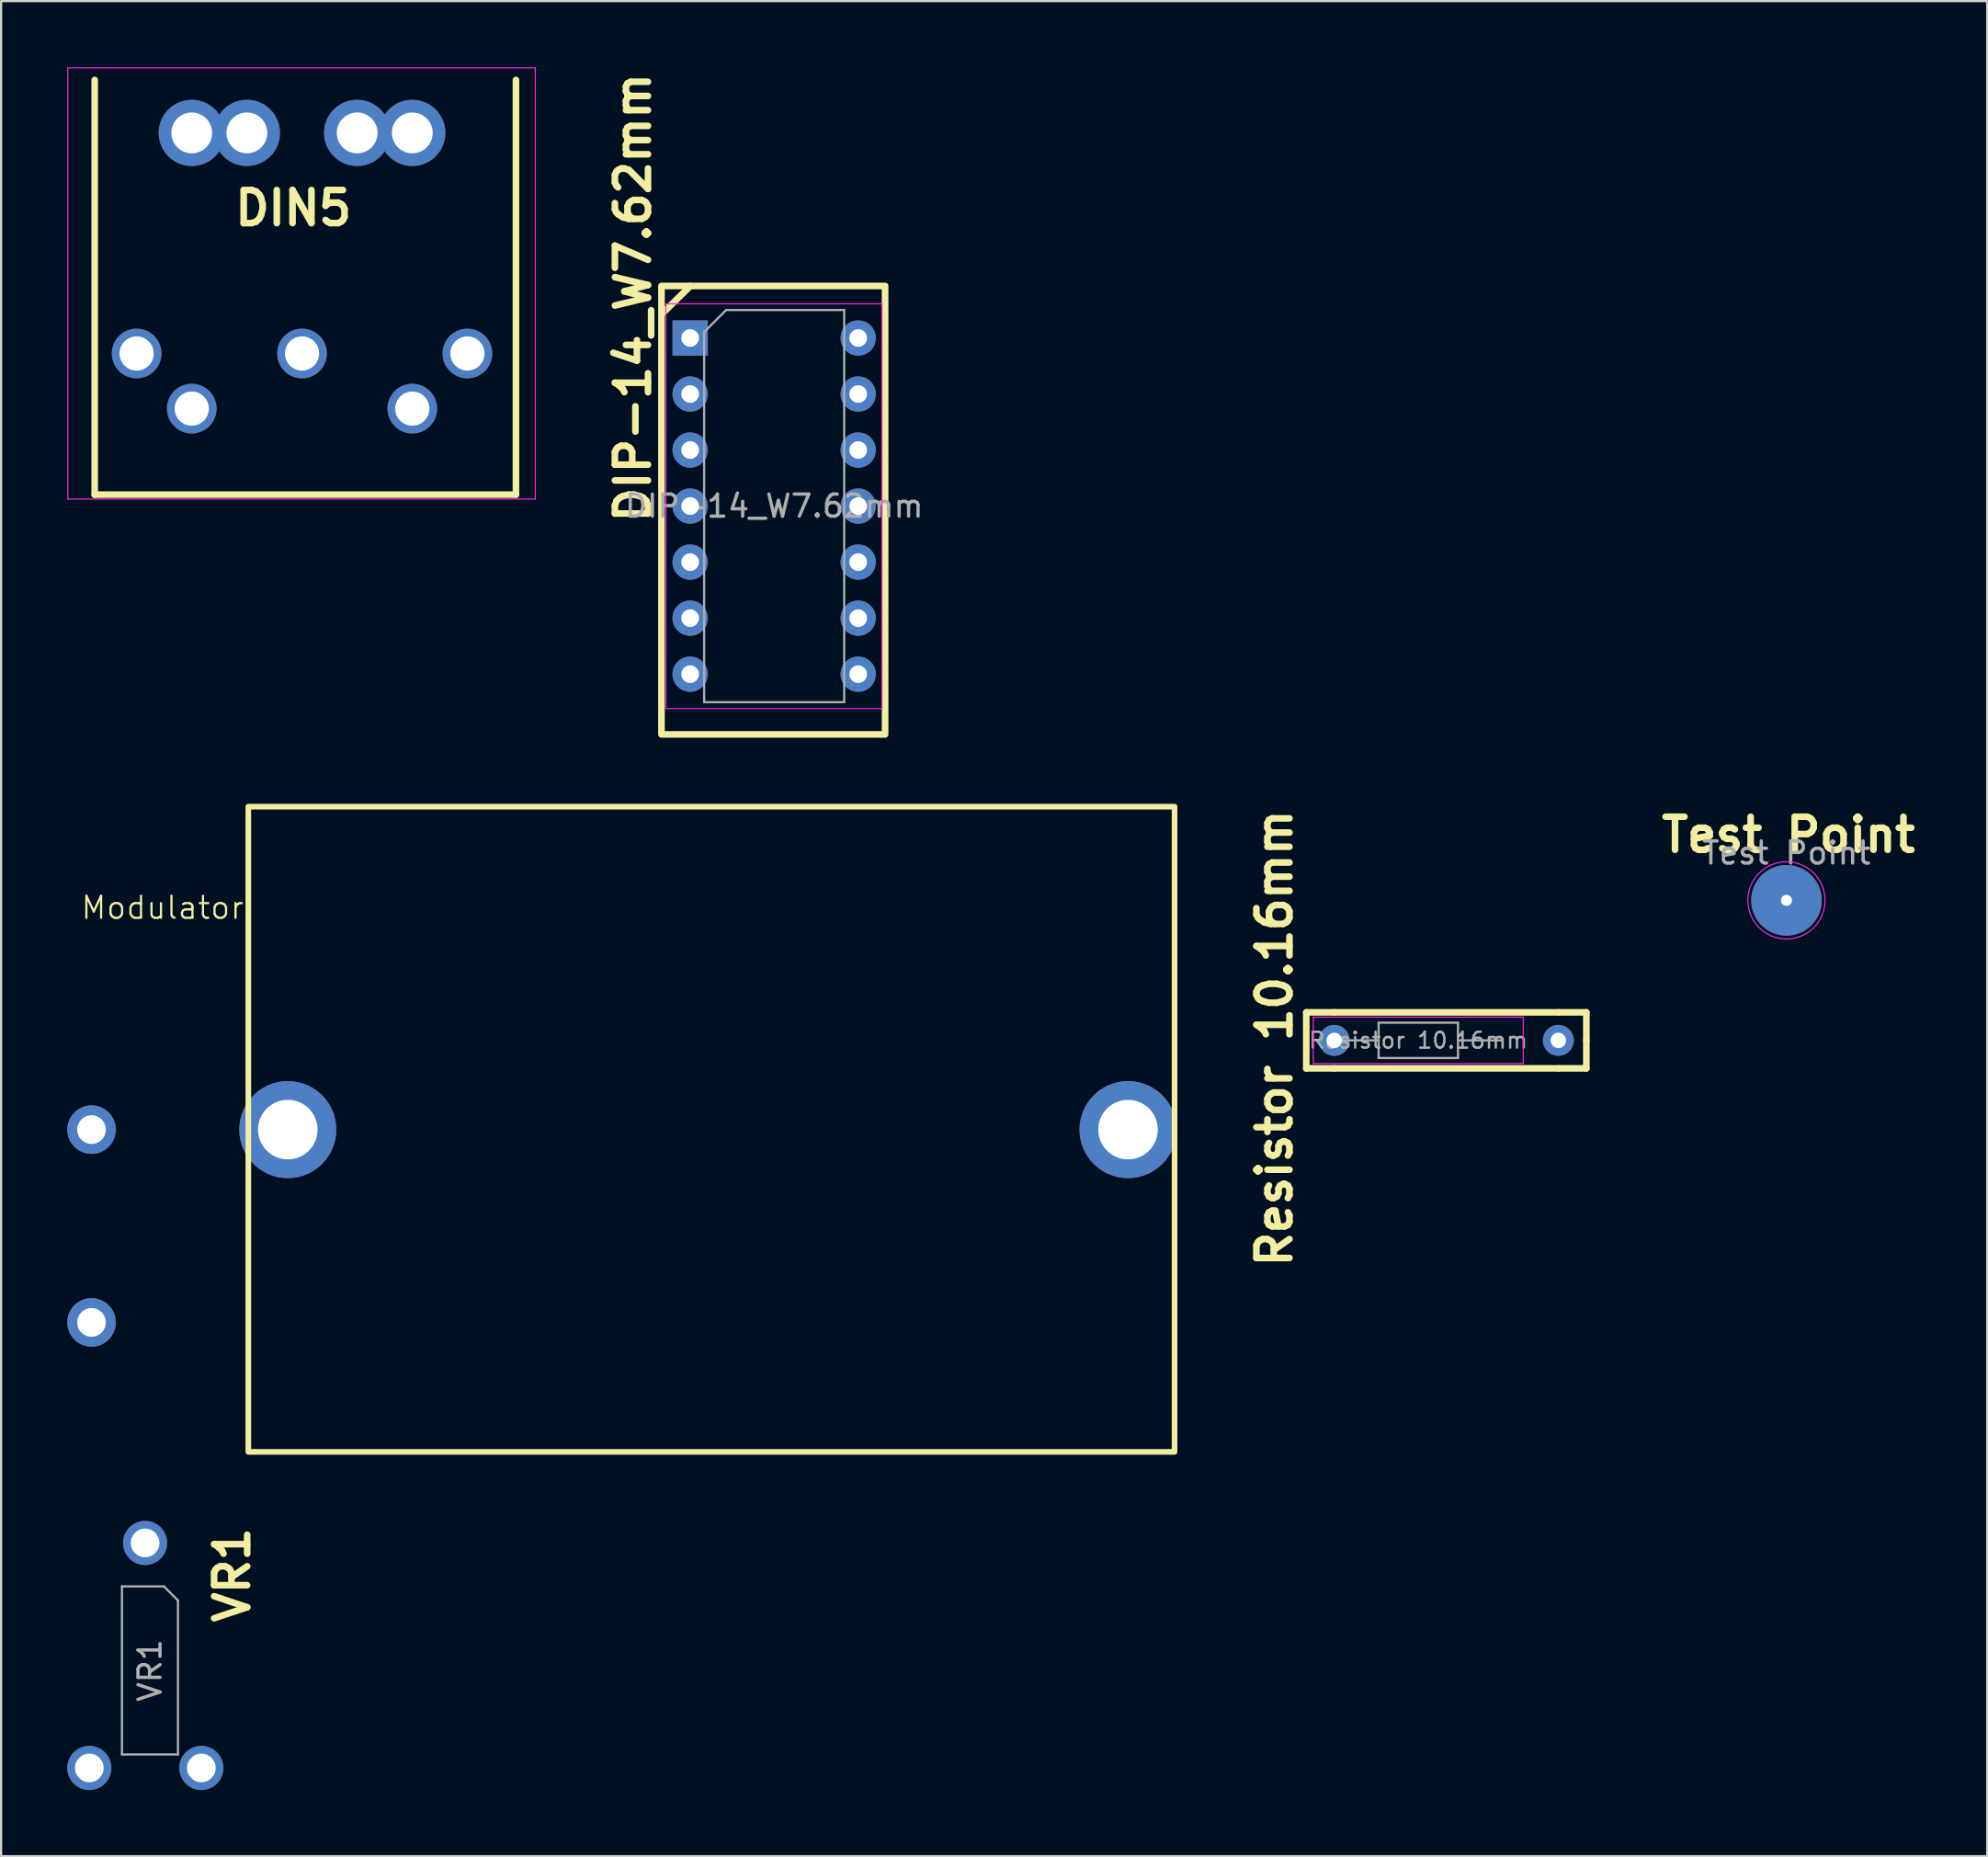
<source format=kicad_pcb>
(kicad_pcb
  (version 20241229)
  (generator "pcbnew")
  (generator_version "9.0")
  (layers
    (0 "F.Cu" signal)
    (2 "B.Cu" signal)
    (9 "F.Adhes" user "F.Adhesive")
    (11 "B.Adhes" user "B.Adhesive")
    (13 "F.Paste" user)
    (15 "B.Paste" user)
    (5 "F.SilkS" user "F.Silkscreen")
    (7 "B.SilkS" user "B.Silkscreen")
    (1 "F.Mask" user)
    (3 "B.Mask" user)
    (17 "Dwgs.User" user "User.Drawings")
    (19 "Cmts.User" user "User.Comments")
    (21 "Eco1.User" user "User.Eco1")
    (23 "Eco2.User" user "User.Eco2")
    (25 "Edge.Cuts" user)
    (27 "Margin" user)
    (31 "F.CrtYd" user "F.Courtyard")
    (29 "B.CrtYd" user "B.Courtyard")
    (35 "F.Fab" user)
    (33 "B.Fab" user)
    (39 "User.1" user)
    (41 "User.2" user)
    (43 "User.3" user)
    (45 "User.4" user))
  (footprint "VR1"
    (layer "F.Cu")
    (at 3.75 70.138)
    (property "Reference" "VR1" (at 3.73 -1.79 90) (layer "F.SilkS") (effects (font (size 1.5 1.5) (thickness 0.3) (bold yes))))
    (attr through_hole)
    (fp_line (start -1.27 -1.27) (end 0.635 -1.27) (stroke (width 0.1) (type solid)) (layer "F.Fab"))
    (fp_line (start -1.27 6.35) (end -1.27 -1.27) (stroke (width 0.1) (type solid)) (layer "F.Fab"))
    (fp_line (start 0.635 -1.27) (end 1.27 -0.635) (stroke (width 0.1) (type solid)) (layer "F.Fab"))
    (fp_line (start 1.27 -0.635) (end 1.27 6.35) (stroke (width 0.1) (type solid)) (layer "F.Fab"))
    (fp_line (start 1.27 6.35) (end -1.27 6.35) (stroke (width 0.1) (type solid)) (layer "F.Fab"))
    (fp_text user "${REFERENCE}" (at 0 2.54 90) (layer "F.Fab") (effects (font (size 1 1) (thickness 0.15))))
    (pad "1" thru_hole oval (at 2.33 6.96) (size 2 2) (drill 1.3) (layers "*.Cu" "*.Mask"))
    (pad "2" thru_hole oval (at -2.75 6.96) (size 2 2) (drill 1.3) (layers "*.Cu" "*.Mask"))
    (pad "3" thru_hole oval (at -0.22 -3.24) (size 2 2) (drill 1.3) (layers "*.Cu" "*.Mask")))
  (footprint "Modulator"
    (layer "F.Cu")
    (at 1.1 48.16)
    (property "Reference" "Modulator" (at 3.22 -10.06 0) (unlocked yes) (layer "F.SilkS") (effects (font (size 1 1) (thickness 0.1))))
    (attr through_hole)
    (fp_rect (start 7.11 -14.64) (end 49.11 14.61) (stroke (width 0.255) (type default)) (fill no) (layer "F.SilkS"))
    (pad "1" thru_hole circle (at 0 0 270) (size 2.2 2.2) (drill 1.3) (layers "*.Cu" "*.Mask"))
    (pad "2" thru_hole circle (at 0 8.74 270) (size 2.2 2.2) (drill 1.3) (layers "*.Cu" "*.Mask"))
    (pad "3" thru_hole circle (at 8.9 0 270) (size 4.4 4.4) (drill 2.7) (layers "*.Cu" "*.Mask"))
    (pad "3" thru_hole circle (at 47 0 270) (size 4.4 4.4) (drill 2.7) (layers "*.Cu" "*.Mask")))
  (footprint "Test Point"
    (layer "F.Cu")
    (at 77.956 37.767)
    (property "Reference" "Test Point" (at 0.09 -2.97 0) (layer "F.SilkS") (effects (font (size 1.5 1.5) (thickness 0.3) (bold yes))))
    (attr exclude_from_pos_files)
    (fp_circle (center 0 0) (end 1.75 0) (stroke (width 0.05) (type solid)) (fill no) (layer "F.CrtYd"))
    (fp_text user "${REFERENCE}" (at 0 -2.15 0) (layer "F.Fab") (effects (font (size 1 1) (thickness 0.15))))
    (pad "1" thru_hole circle (at 0 0) (size 3.2 3.2) (drill 0.5) (layers "*.Cu" "*.Mask")))
  (footprint "DIP-14_W7.62mm"
    (layer "F.Cu")
    (at 28.214 12.283)
    (property "Reference" "DIP-14_W7.62mm" (at -2.56 -1.84 90) (layer "F.SilkS") (effects (font (size 1.5 1.5) (thickness 0.3) (bold yes))))
    (attr through_hole)
    (fp_line (start -1.27 -1.08) (end 0.04 -2.37) (stroke (width 0.3) (type default)) (layer "F.SilkS"))
    (fp_rect (start -1.27 -2.37) (end 8.87 17.96) (stroke (width 0.3) (type default)) (fill no) (layer "F.SilkS"))
    (fp_line (start -1.07 -1.56) (end -1.07 16.79) (stroke (width 0.05) (type solid)) (layer "F.CrtYd"))
    (fp_line (start -1.07 16.79) (end 8.73 16.79) (stroke (width 0.05) (type solid)) (layer "F.CrtYd"))
    (fp_line (start 8.73 -1.56) (end -1.07 -1.56) (stroke (width 0.05) (type solid)) (layer "F.CrtYd"))
    (fp_line (start 8.73 16.79) (end 8.73 -1.56) (stroke (width 0.05) (type solid)) (layer "F.CrtYd"))
    (fp_line (start 0.665 -0.28) (end 1.665 -1.28) (stroke (width 0.1) (type solid)) (layer "F.Fab"))
    (fp_line (start 0.665 16.5) (end 0.665 -0.28) (stroke (width 0.1) (type solid)) (layer "F.Fab"))
    (fp_line (start 1.665 -1.28) (end 7.015 -1.28) (stroke (width 0.1) (type solid)) (layer "F.Fab"))
    (fp_line (start 7.015 -1.28) (end 7.015 16.5) (stroke (width 0.1) (type solid)) (layer "F.Fab"))
    (fp_line (start 7.015 16.5) (end 0.665 16.5) (stroke (width 0.1) (type solid)) (layer "F.Fab"))
    (fp_text user "${REFERENCE}" (at 3.84 7.61 0) (layer "F.Fab") (effects (font (size 1 1) (thickness 0.15))))
    (pad "1" thru_hole rect (at 0.03 -0.01) (size 1.6 1.6) (drill 0.8) (layers "*.Cu" "*.Mask"))
    (pad "2" thru_hole oval (at 0.03 2.53) (size 1.6 1.6) (drill 0.8) (layers "*.Cu" "*.Mask"))
    (pad "3" thru_hole oval (at 0.03 5.07) (size 1.6 1.6) (drill 0.8) (layers "*.Cu" "*.Mask"))
    (pad "4" thru_hole oval (at 0.03 7.61) (size 1.6 1.6) (drill 0.8) (layers "*.Cu" "*.Mask"))
    (pad "5" thru_hole oval (at 0.03 10.15) (size 1.6 1.6) (drill 0.8) (layers "*.Cu" "*.Mask"))
    (pad "6" thru_hole oval (at 0.03 12.69) (size 1.6 1.6) (drill 0.8) (layers "*.Cu" "*.Mask"))
    (pad "7" thru_hole oval (at 0.03 15.23) (size 1.6 1.6) (drill 0.8) (layers "*.Cu" "*.Mask"))
    (pad "8" thru_hole oval (at 7.65 15.23) (size 1.6 1.6) (drill 0.8) (layers "*.Cu" "*.Mask"))
    (pad "9" thru_hole oval (at 7.65 12.69) (size 1.6 1.6) (drill 0.8) (layers "*.Cu" "*.Mask"))
    (pad "10" thru_hole oval (at 7.65 10.15) (size 1.6 1.6) (drill 0.8) (layers "*.Cu" "*.Mask"))
    (pad "11" thru_hole oval (at 7.65 7.61) (size 1.6 1.6) (drill 0.8) (layers "*.Cu" "*.Mask"))
    (pad "12" thru_hole oval (at 7.65 5.07) (size 1.6 1.6) (drill 0.8) (layers "*.Cu" "*.Mask"))
    (pad "13" thru_hole oval (at 7.65 2.53) (size 1.6 1.6) (drill 0.8) (layers "*.Cu" "*.Mask"))
    (pad "14" thru_hole oval (at 7.65 -0.01) (size 1.6 1.6) (drill 0.8) (layers "*.Cu" "*.Mask")))
  (footprint "DIN5"
    (layer "F.Cu")
    (at 3.145 12.975)
    (property "Reference" "DIN5" (at 9.91 -6.59 180) (layer "F.SilkS") (effects (font (size 1.5 1.5) (thickness 0.3) (bold yes)) (justify right)))
    (attr through_hole)
    (fp_line (start -1.9 6.4) (end -1.9 -12.4) (stroke (width 0.3) (type solid)) (layer "F.SilkS"))
    (fp_line (start 17.2 -12.4) (end 17.2 6.4) (stroke (width 0.3) (type solid)) (layer "F.SilkS"))
    (fp_line (start 17.2 6.4) (end -1.9 6.4) (stroke (width 0.3) (type solid)) (layer "F.SilkS"))
    (fp_line (start -3.12 -12.95) (end -3.12 6.6) (stroke (width 0.05) (type solid)) (layer "F.CrtYd"))
    (fp_line (start -3.12 6.6) (end 18.08 6.6) (stroke (width 0.05) (type solid)) (layer "F.CrtYd"))
    (fp_line (start 18.08 -12.95) (end -3.12 -12.95) (stroke (width 0.05) (type solid)) (layer "F.CrtYd"))
    (fp_line (start 18.08 6.6) (end 18.08 -12.95) (stroke (width 0.05) (type solid)) (layer "F.CrtYd"))
    (pad "1" thru_hole circle (at 0 0 180) (size 2.25 2.25) (drill 1.55) (layers "*.Cu" "*.Mask"))
    (pad "2" thru_hole circle (at 7.5 0 180) (size 2.25 2.25) (drill 1.55) (layers "*.Cu" "*.Mask"))
    (pad "3" thru_hole circle (at 15 0 180) (size 2.25 2.25) (drill 1.55) (layers "*.Cu" "*.Mask"))
    (pad "4" thru_hole circle (at 2.5 2.5 180) (size 2.25 2.25) (drill 1.55) (layers "*.Cu" "*.Mask"))
    (pad "5" thru_hole circle (at 12.5 2.5 180) (size 2.25 2.25) (drill 1.55) (layers "*.Cu" "*.Mask"))
    (pad "S" thru_hole circle (at 2.5 -10 180) (size 3 3) (drill 1.85) (layers "*.Cu" "*.Mask"))
    (pad "S" thru_hole circle (at 5 -10 180) (size 3 3) (drill 1.85) (layers "*.Cu" "*.Mask"))
    (pad "S" thru_hole circle (at 10 -10 180) (size 3 3) (drill 1.85) (layers "*.Cu" "*.Mask"))
    (pad "S" thru_hole circle (at 12.5 -10 180) (size 3 3) (drill 1.85) (layers "*.Cu" "*.Mask")))
  (footprint "Resistor 10.16mm"
    (layer "F.Cu")
    (at 57.452 44.114)
    (property "Reference" "Resistor 10.16mm" (at -2.71 -0.1 90) (layer "F.SilkS") (effects (font (size 1.5 1.5) (thickness 0.3) (bold yes))))
    (attr through_hole)
    (fp_line (start -1.27 -1.27) (end -1.27 1.27) (stroke (width 0.3) (type default)) (layer "F.SilkS"))
    (fp_line (start -1.27 -1.27) (end 0 -1.27) (stroke (width 0.3) (type default)) (layer "F.SilkS"))
    (fp_line (start -1.27 1.27) (end 0 1.27) (stroke (width 0.3) (type default)) (layer "F.SilkS"))
    (fp_line (start 0 -1.27) (end 10.16 -1.27) (stroke (width 0.3) (type default)) (layer "F.SilkS"))
    (fp_line (start 0 1.27) (end 10.16 1.27) (stroke (width 0.3) (type default)) (layer "F.SilkS"))
    (fp_line (start 10.16 -1.27) (end 11.43 -1.27) (stroke (width 0.3) (type default)) (layer "F.SilkS"))
    (fp_line (start 10.16 1.27) (end 11.43 1.27) (stroke (width 0.3) (type default)) (layer "F.SilkS"))
    (fp_line (start 11.43 0) (end 11.43 -1.27) (stroke (width 0.3) (type default)) (layer "F.SilkS"))
    (fp_line (start 11.43 1.27) (end 11.43 0) (stroke (width 0.3) (type default)) (layer "F.SilkS"))
    (fp_line (start -0.95 -1.05) (end -0.95 1.05) (stroke (width 0.05) (type solid)) (layer "F.CrtYd"))
    (fp_line (start -0.95 1.05) (end 8.57 1.05) (stroke (width 0.05) (type solid)) (layer "F.CrtYd"))
    (fp_line (start 8.57 -1.05) (end -0.95 -1.05) (stroke (width 0.05) (type solid)) (layer "F.CrtYd"))
    (fp_line (start 8.57 1.05) (end 8.57 -1.05) (stroke (width 0.05) (type solid)) (layer "F.CrtYd"))
    (fp_line (start 0 0) (end 2.01 0) (stroke (width 0.1) (type solid)) (layer "F.Fab"))
    (fp_line (start 2.01 -0.8) (end 2.01 0.8) (stroke (width 0.1) (type solid)) (layer "F.Fab"))
    (fp_line (start 2.01 0.8) (end 5.61 0.8) (stroke (width 0.1) (type solid)) (layer "F.Fab"))
    (fp_line (start 5.61 -0.8) (end 2.01 -0.8) (stroke (width 0.1) (type solid)) (layer "F.Fab"))
    (fp_line (start 5.61 0.8) (end 5.61 -0.8) (stroke (width 0.1) (type solid)) (layer "F.Fab"))
    (fp_line (start 7.62 0) (end 5.61 0) (stroke (width 0.1) (type solid)) (layer "F.Fab"))
    (fp_text user "${REFERENCE}" (at 3.81 0 0) (layer "F.Fab") (effects (font (size 0.72 0.72) (thickness 0.108))))
    (pad "1" thru_hole circle (at 0 0) (size 1.4 1.4) (drill 0.7) (layers "*.Cu" "*.Mask"))
    (pad "2" thru_hole oval (at 10.16 0) (size 1.4 1.4) (drill 0.7) (layers "*.Cu" "*.Mask")))
  (gr_rect
    (start -3 -3)
    (end 87.06 81.098)
    (stroke (width 0.1) (type default))
    (fill no)
    (layer "Edge.Cuts")))
</source>
